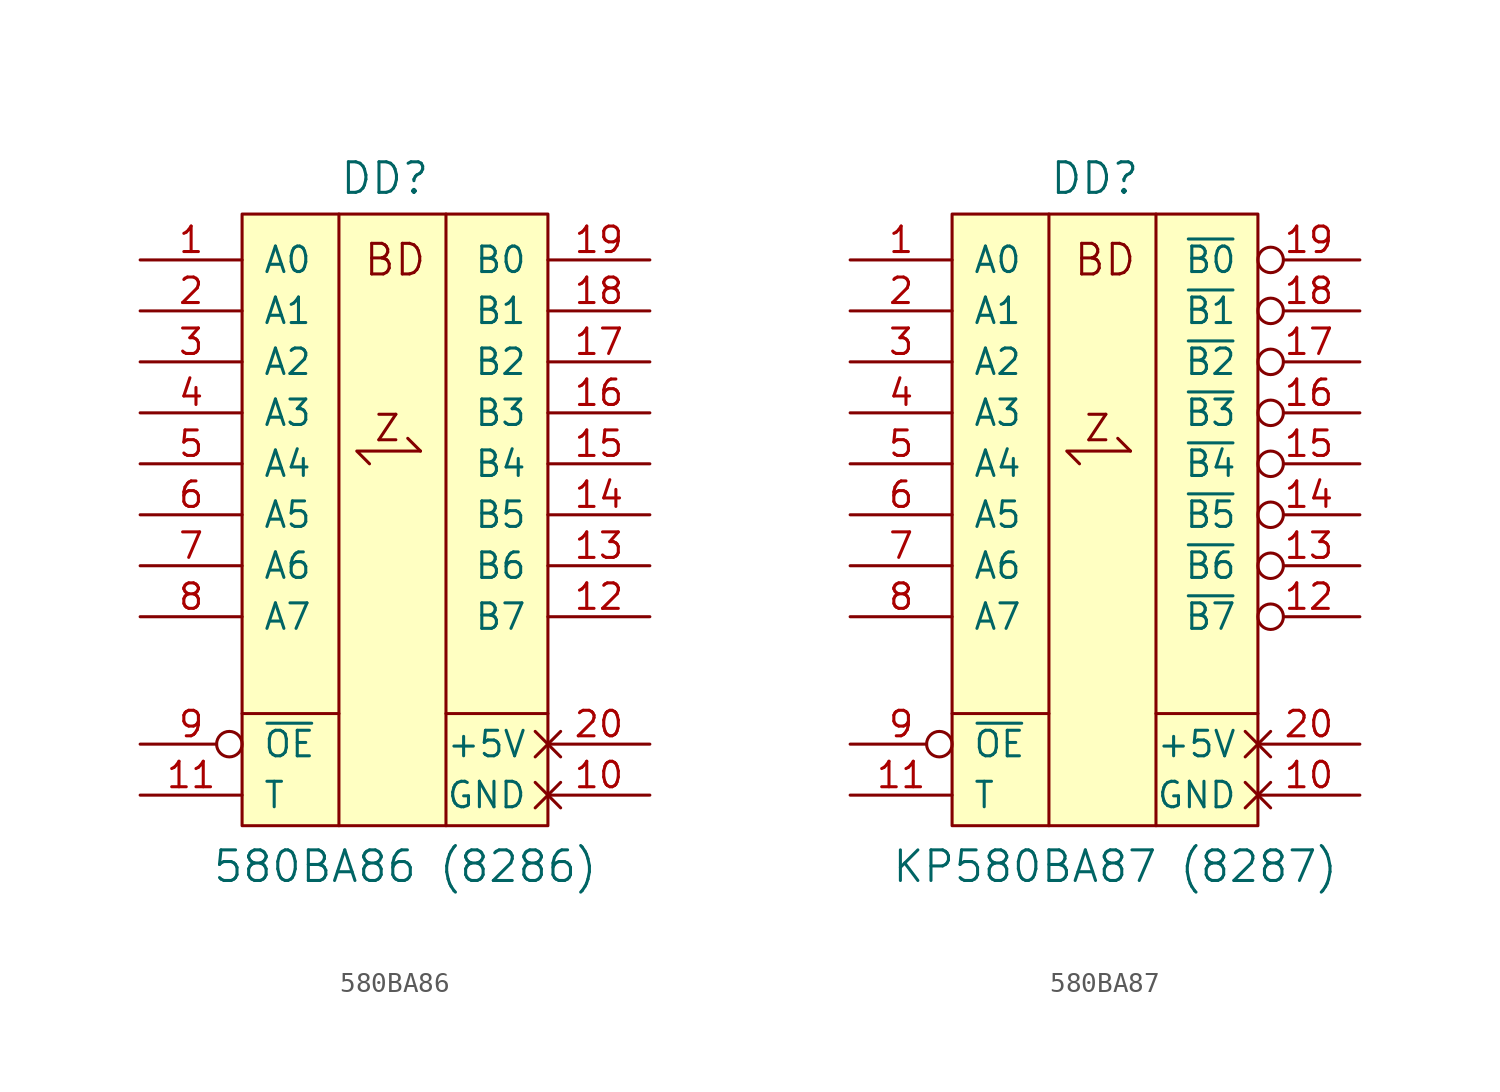
<source format=kicad_sym>
(kicad_symbol_lib
  (version 20231120)
  (generator "kicad_symbol_editor")
  (generator_version "8.0")
  (symbol "580ВА86"
    (pin_names
      (offset 1.016))
    (property "Reference" "DD"
      (at -0.508 16.764 0)
      (effects (font (size 1.524 1.524))))
    (property "Value" "580ВА86 (8286)"
      (at 0.508 -17.526 0)
      (effects (font (size 1.524 1.524))))
    (symbol "580ВА86_0_0"
      (polyline (pts (xy -7.62 -9.906) (xy -2.794 -9.906)) (stroke (width 0) (type solid)) (fill (type none)))
      (polyline (pts (xy -2.794 14.986) (xy -2.794 -15.494)) (stroke (width 0) (type solid)) (fill (type none)))
      (polyline (pts (xy 1.27 3.175) (xy 0.635 3.81)) (stroke (width 0) (type default)) (fill (type none)))
      (polyline (pts (xy 2.54 -9.906) (xy 7.62 -9.906)) (stroke (width 0) (type solid)) (fill (type none)))
      (polyline (pts (xy 2.54 14.986) (xy 2.54 -15.494)) (stroke (width 0) (type solid)) (fill (type none)))
      (polyline (pts (xy -1.27 2.54) (xy -1.905 3.175) (xy 1.27 3.175)) (stroke (width 0) (type default)) (fill (type none)))
      (text "BD" (at 0 12.7 0) (effects (font (size 1.524 1.524)))))
    (symbol "580ВА86_0_1"
      (pin input line (at -12.7 -13.97 0) (length 5.08) (name "T" (effects (font (size 1.27 1.27)))) (number "11" (effects (font (size 1.27 1.27)))))
      (pin input inverted (at -12.7 -11.43 0) (length 5.08) (name "~{OE}" (effects (font (size 1.27 1.27)))) (number "9" (effects (font (size 1.27 1.27))))))
    (symbol "580ВА86_1_0"
      (rectangle (start -7.62 14.986) (end 7.62 -15.494) (stroke (width 0) (type solid)) (fill (type background)))
      (text "Z" (at -0.381 4.318 0) (effects (font (size 1.27 1.27)))))
    (symbol "580ВА86_1_1"
      (pin tri_state line (at -12.7 12.7 0) (length 5.08) (name "A0" (effects (font (size 1.27 1.27)))) (number "1" (effects (font (size 1.27 1.27)))))
      (pin power_in non_logic (at 12.7 -13.97 180) (length 5.08) (name "GND" (effects (font (size 1.27 1.27)))) (number "10" (effects (font (size 1.27 1.27)))))
      (pin tri_state line (at 12.7 -5.08 180) (length 5.08) (name "B7" (effects (font (size 1.27 1.27)))) (number "12" (effects (font (size 1.27 1.27)))))
      (pin tri_state line (at 12.7 -2.54 180) (length 5.08) (name "B6" (effects (font (size 1.27 1.27)))) (number "13" (effects (font (size 1.27 1.27)))))
      (pin tri_state line (at 12.7 0 180) (length 5.08) (name "B5" (effects (font (size 1.27 1.27)))) (number "14" (effects (font (size 1.27 1.27)))))
      (pin tri_state line (at 12.7 2.54 180) (length 5.08) (name "B4" (effects (font (size 1.27 1.27)))) (number "15" (effects (font (size 1.27 1.27)))))
      (pin tri_state line (at 12.7 5.08 180) (length 5.08) (name "B3" (effects (font (size 1.27 1.27)))) (number "16" (effects (font (size 1.27 1.27)))))
      (pin tri_state line (at 12.7 7.62 180) (length 5.08) (name "B2" (effects (font (size 1.27 1.27)))) (number "17" (effects (font (size 1.27 1.27)))))
      (pin tri_state line (at 12.7 10.16 180) (length 5.08) (name "B1" (effects (font (size 1.27 1.27)))) (number "18" (effects (font (size 1.27 1.27)))))
      (pin tri_state line (at 12.7 12.7 180) (length 5.08) (name "B0" (effects (font (size 1.27 1.27)))) (number "19" (effects (font (size 1.27 1.27)))))
      (pin tri_state line (at -12.7 10.16 0) (length 5.08) (name "A1" (effects (font (size 1.27 1.27)))) (number "2" (effects (font (size 1.27 1.27)))))
      (pin power_in non_logic (at 12.7 -11.43 180) (length 5.08) (name "+5V" (effects (font (size 1.27 1.27)))) (number "20" (effects (font (size 1.27 1.27)))))
      (pin tri_state line (at -12.7 7.62 0) (length 5.08) (name "A2" (effects (font (size 1.27 1.27)))) (number "3" (effects (font (size 1.27 1.27)))))
      (pin tri_state line (at -12.7 5.08 0) (length 5.08) (name "A3" (effects (font (size 1.27 1.27)))) (number "4" (effects (font (size 1.27 1.27)))))
      (pin tri_state line (at -12.7 2.54 0) (length 5.08) (name "A4" (effects (font (size 1.27 1.27)))) (number "5" (effects (font (size 1.27 1.27)))))
      (pin tri_state line (at -12.7 0 0) (length 5.08) (name "A5" (effects (font (size 1.27 1.27)))) (number "6" (effects (font (size 1.27 1.27)))))
      (pin tri_state line (at -12.7 -2.54 0) (length 5.08) (name "A6" (effects (font (size 1.27 1.27)))) (number "7" (effects (font (size 1.27 1.27)))))
      (pin tri_state line (at -12.7 -5.08 0) (length 5.08) (name "A7" (effects (font (size 1.27 1.27)))) (number "8" (effects (font (size 1.27 1.27)))))))
  (symbol "580ВА87"
    (pin_names
      (offset 1.016))
    (property "Reference" "DD"
      (at -0.508 16.764 0)
      (effects (font (size 1.524 1.524))))
    (property "Value" "KP580ВА87 (8287)"
      (at 0.508 -17.526 0)
      (effects (font (size 1.524 1.524))))
    (symbol "580ВА87_0_0"
      (polyline (pts (xy -7.62 -9.906) (xy -2.794 -9.906)) (stroke (width 0) (type solid)) (fill (type none)))
      (polyline (pts (xy -2.794 14.986) (xy -2.794 -15.494)) (stroke (width 0) (type solid)) (fill (type none)))
      (polyline (pts (xy 1.27 3.175) (xy 0.635 3.81)) (stroke (width 0) (type default)) (fill (type none)))
      (polyline (pts (xy 2.54 -9.906) (xy 7.62 -9.906)) (stroke (width 0) (type solid)) (fill (type none)))
      (polyline (pts (xy 2.54 14.986) (xy 2.54 -15.494)) (stroke (width 0) (type solid)) (fill (type none)))
      (polyline (pts (xy -1.27 2.54) (xy -1.905 3.175) (xy 1.27 3.175)) (stroke (width 0) (type default)) (fill (type none)))
      (text "BD" (at 0 12.7 0) (effects (font (size 1.524 1.524)))))
    (symbol "580ВА87_0_1"
      (pin input line (at -12.7 -13.97 0) (length 5.08) (name "T" (effects (font (size 1.27 1.27)))) (number "11" (effects (font (size 1.27 1.27)))))
      (pin input inverted (at -12.7 -11.43 0) (length 5.08) (name "~{OE}" (effects (font (size 1.27 1.27)))) (number "9" (effects (font (size 1.27 1.27))))))
    (symbol "580ВА87_1_0"
      (rectangle (start -7.62 14.986) (end 7.62 -15.494) (stroke (width 0) (type solid)) (fill (type background)))
      (text "Z" (at -0.381 4.318 0) (effects (font (size 1.27 1.27)))))
    (symbol "580ВА87_1_1"
      (pin tri_state line (at -12.7 12.7 0) (length 5.08) (name "A0" (effects (font (size 1.27 1.27)))) (number "1" (effects (font (size 1.27 1.27)))))
      (pin power_in non_logic (at 12.7 -13.97 180) (length 5.08) (name "GND" (effects (font (size 1.27 1.27)))) (number "10" (effects (font (size 1.27 1.27)))))
      (pin tri_state inverted (at 12.7 -5.08 180) (length 5.08) (name "~{B7}" (effects (font (size 1.27 1.27)))) (number "12" (effects (font (size 1.27 1.27)))))
      (pin tri_state inverted (at 12.7 -2.54 180) (length 5.08) (name "~{B6}" (effects (font (size 1.27 1.27)))) (number "13" (effects (font (size 1.27 1.27)))))
      (pin tri_state inverted (at 12.7 0 180) (length 5.08) (name "~{B5}" (effects (font (size 1.27 1.27)))) (number "14" (effects (font (size 1.27 1.27)))))
      (pin tri_state inverted (at 12.7 2.54 180) (length 5.08) (name "~{B4}" (effects (font (size 1.27 1.27)))) (number "15" (effects (font (size 1.27 1.27)))))
      (pin tri_state inverted (at 12.7 5.08 180) (length 5.08) (name "~{B3}" (effects (font (size 1.27 1.27)))) (number "16" (effects (font (size 1.27 1.27)))))
      (pin tri_state inverted (at 12.7 7.62 180) (length 5.08) (name "~{B2}" (effects (font (size 1.27 1.27)))) (number "17" (effects (font (size 1.27 1.27)))))
      (pin tri_state inverted (at 12.7 10.16 180) (length 5.08) (name "~{B1}" (effects (font (size 1.27 1.27)))) (number "18" (effects (font (size 1.27 1.27)))))
      (pin tri_state inverted (at 12.7 12.7 180) (length 5.08) (name "~{B0}" (effects (font (size 1.27 1.27)))) (number "19" (effects (font (size 1.27 1.27)))))
      (pin tri_state line (at -12.7 10.16 0) (length 5.08) (name "A1" (effects (font (size 1.27 1.27)))) (number "2" (effects (font (size 1.27 1.27)))))
      (pin power_in non_logic (at 12.7 -11.43 180) (length 5.08) (name "+5V" (effects (font (size 1.27 1.27)))) (number "20" (effects (font (size 1.27 1.27)))))
      (pin tri_state line (at -12.7 7.62 0) (length 5.08) (name "A2" (effects (font (size 1.27 1.27)))) (number "3" (effects (font (size 1.27 1.27)))))
      (pin tri_state line (at -12.7 5.08 0) (length 5.08) (name "A3" (effects (font (size 1.27 1.27)))) (number "4" (effects (font (size 1.27 1.27)))))
      (pin tri_state line (at -12.7 2.54 0) (length 5.08) (name "A4" (effects (font (size 1.27 1.27)))) (number "5" (effects (font (size 1.27 1.27)))))
      (pin tri_state line (at -12.7 0 0) (length 5.08) (name "A5" (effects (font (size 1.27 1.27)))) (number "6" (effects (font (size 1.27 1.27)))))
      (pin tri_state line (at -12.7 -2.54 0) (length 5.08) (name "A6" (effects (font (size 1.27 1.27)))) (number "7" (effects (font (size 1.27 1.27)))))
      (pin tri_state line (at -12.7 -5.08 0) (length 5.08) (name "A7" (effects (font (size 1.27 1.27)))) (number "8" (effects (font (size 1.27 1.27))))))))
</source>
